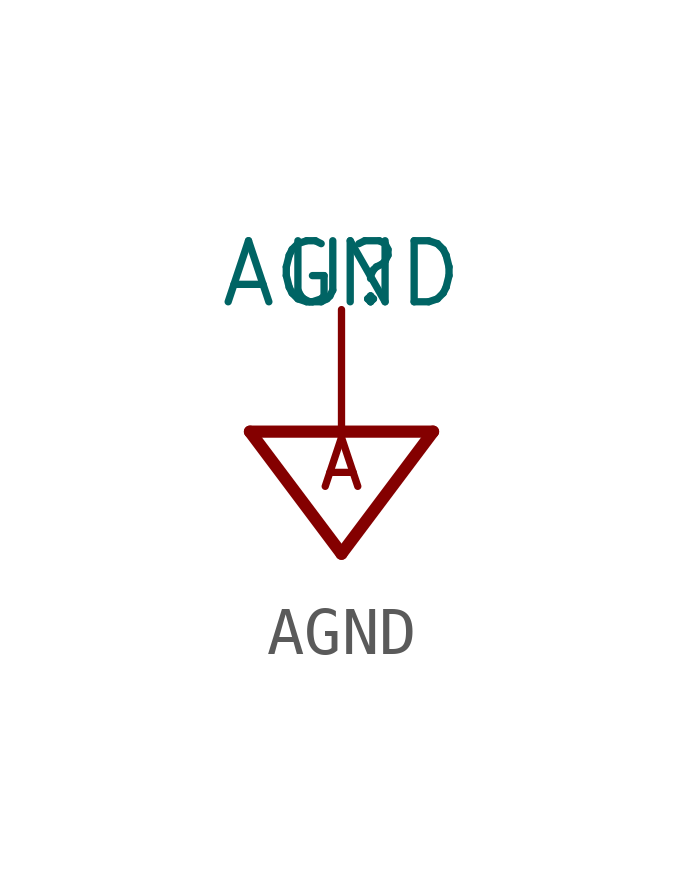
<source format=kicad_sym>
(kicad_symbol_lib
  (version 20211014)
  (generator kicad_symbol_editor)
  (symbol "AGND"
    (pin_names
      (offset 1.016))
    (property "Reference" "U"
      (at 0 0 0)
      (effects (font (size 1.27 1.27)) (justify bottom)))
    (property "Value" "AGND"
      (at 0 0.0 0)
      (effects (font (size 1.27 1.27)) (justify bottom)))
    (symbol "AGND_0_0"
      (polyline (pts (xy 0.0 -2.54) (xy 1.905 -2.54)) (stroke (width 0.254)))
      (polyline (pts (xy 1.905 -2.54) (xy 0.0 -5.08)) (stroke (width 0.254)))
      (polyline (pts (xy 0.0 -5.08) (xy -1.905 -2.54)) (stroke (width 0.254)))
      (polyline (pts (xy -1.905 -2.54) (xy 0.0 -2.54)) (stroke (width 0.254)))
      (text "A" (at 0.0 -3.81 0) (effects (font (size 1.016 1.016)) (justify bottom)))
      (pin power_in line (at 0.0 0.0 270.0) (length 2.54) (name "~" (effects (font (size 1.016 1.016)))) (number "~" (effects (font (size 1.016 1.016))))))))
</source>
